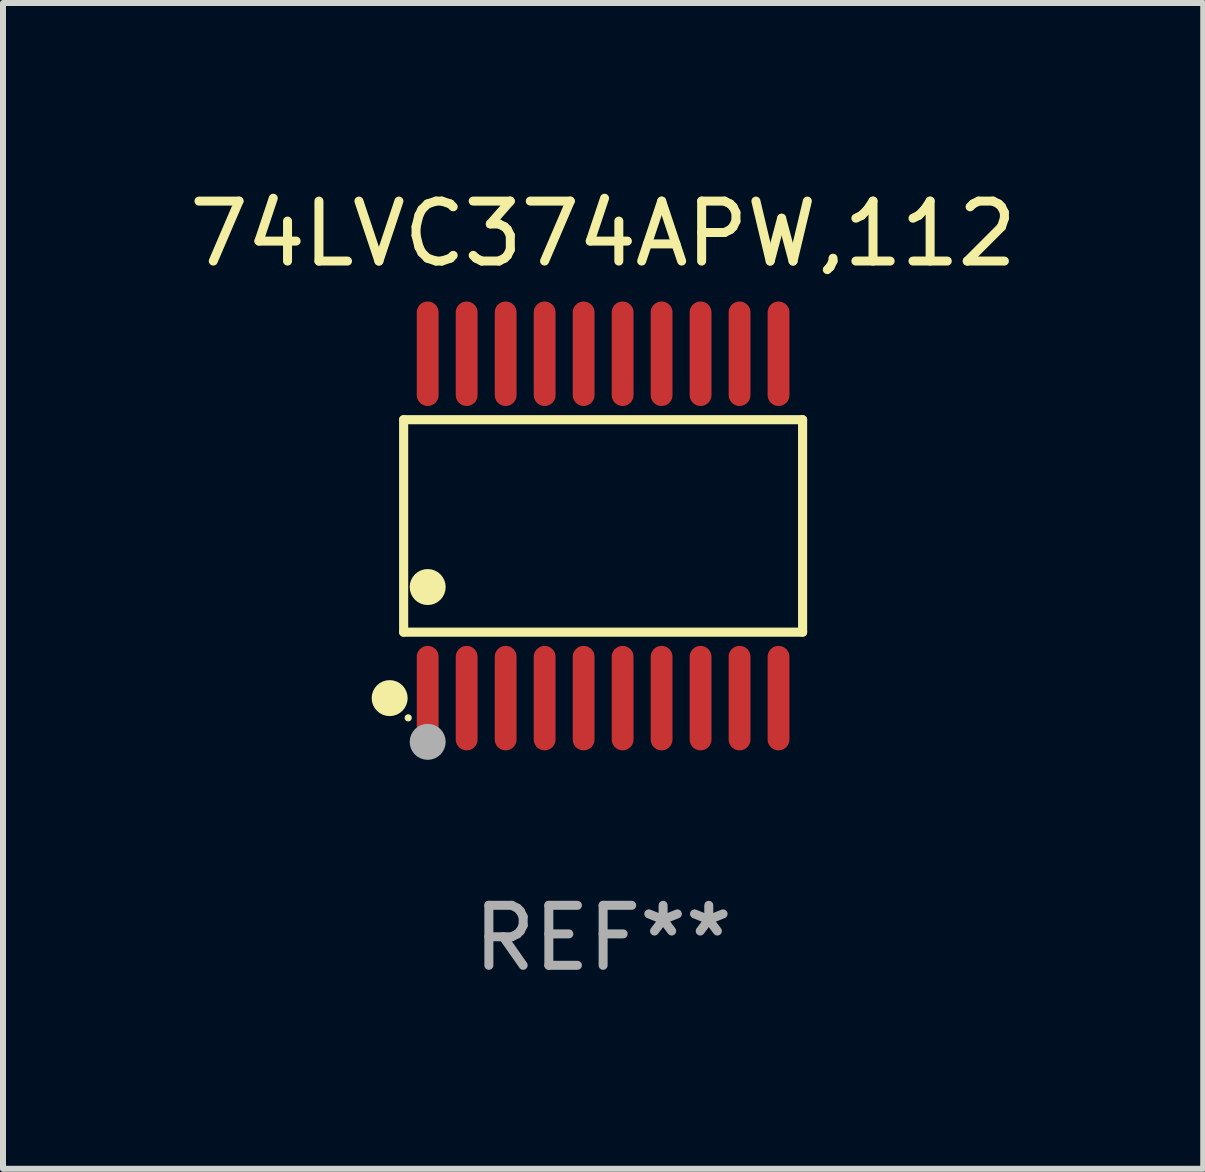
<source format=kicad_pcb>
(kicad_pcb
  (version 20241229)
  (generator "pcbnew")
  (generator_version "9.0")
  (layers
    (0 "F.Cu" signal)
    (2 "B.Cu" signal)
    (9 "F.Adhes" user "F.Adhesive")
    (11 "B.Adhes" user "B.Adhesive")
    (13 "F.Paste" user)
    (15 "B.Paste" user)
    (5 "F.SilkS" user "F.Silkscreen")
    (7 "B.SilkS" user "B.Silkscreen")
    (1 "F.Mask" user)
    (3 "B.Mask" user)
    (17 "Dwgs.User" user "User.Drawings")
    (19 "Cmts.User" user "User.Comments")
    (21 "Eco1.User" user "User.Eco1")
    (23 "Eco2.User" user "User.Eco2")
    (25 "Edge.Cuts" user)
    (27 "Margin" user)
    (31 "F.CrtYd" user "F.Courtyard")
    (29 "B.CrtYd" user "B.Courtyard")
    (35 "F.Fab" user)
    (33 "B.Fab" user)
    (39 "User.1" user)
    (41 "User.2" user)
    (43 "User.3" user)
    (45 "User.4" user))
  (footprint "74LVC374APW,112"
    (layer "F.Cu")
    (at 7.006 5.719)
    (property "Reference" "74LVC374APW,112" (at 0 -4.871 0) (layer "F.SilkS") (effects (font (size 1 1) (thickness 0.15))))
    (attr through_hole)
    (fp_line (start -3.326 -1.771) (end 3.326 -1.771) (stroke (width 0.152) (type solid)) (layer "F.SilkS"))
    (fp_line (start -3.326 1.771) (end -3.326 -1.771) (stroke (width 0.152) (type solid)) (layer "F.SilkS"))
    (fp_line (start 3.326 -1.771) (end 3.326 1.771) (stroke (width 0.152) (type solid)) (layer "F.SilkS"))
    (fp_line (start 3.326 1.771) (end -3.326 1.771) (stroke (width 0.152) (type solid)) (layer "F.SilkS"))
    (fp_circle (center -3.559 2.871) (end -3.409 2.871) (stroke (width 0.3) (type solid)) (fill no) (layer "F.SilkS"))
    (fp_circle (center -3.25 3.2) (end -3.22 3.2) (stroke (width 0.06) (type solid)) (fill no) (layer "F.SilkS"))
    (fp_circle (center -2.925 1.019) (end -2.775 1.019) (stroke (width 0.3) (type solid)) (fill no) (layer "F.SilkS"))
    (fp_circle (center -2.925 3.6) (end -2.775 3.6) (stroke (width 0.3) (type solid)) (fill no) (layer "F.Fab"))
    (fp_text user "REF**" (at 0 6.871 0) (layer "F.Fab") (effects (font (size 1 1) (thickness 0.15))))
    (pad "1" smd oval (at -2.925 2.871) (size 0.364 1.742) (layers "F.Cu" "F.Mask" "F.Paste"))
    (pad "2" smd oval (at -2.275 2.871) (size 0.364 1.742) (layers "F.Cu" "F.Mask" "F.Paste"))
    (pad "3" smd oval (at -1.625 2.871) (size 0.364 1.742) (layers "F.Cu" "F.Mask" "F.Paste"))
    (pad "4" smd oval (at -0.975 2.871) (size 0.364 1.742) (layers "F.Cu" "F.Mask" "F.Paste"))
    (pad "5" smd oval (at -0.325 2.871) (size 0.364 1.742) (layers "F.Cu" "F.Mask" "F.Paste"))
    (pad "6" smd oval (at 0.325 2.871) (size 0.364 1.742) (layers "F.Cu" "F.Mask" "F.Paste"))
    (pad "7" smd oval (at 0.975 2.871) (size 0.364 1.742) (layers "F.Cu" "F.Mask" "F.Paste"))
    (pad "8" smd oval (at 1.625 2.871) (size 0.364 1.742) (layers "F.Cu" "F.Mask" "F.Paste"))
    (pad "9" smd oval (at 2.275 2.871) (size 0.364 1.742) (layers "F.Cu" "F.Mask" "F.Paste"))
    (pad "10" smd oval (at 2.925 2.871) (size 0.364 1.742) (layers "F.Cu" "F.Mask" "F.Paste"))
    (pad "11" smd oval (at 2.925 -2.871) (size 0.364 1.742) (layers "F.Cu" "F.Mask" "F.Paste"))
    (pad "12" smd oval (at 2.275 -2.871) (size 0.364 1.742) (layers "F.Cu" "F.Mask" "F.Paste"))
    (pad "13" smd oval (at 1.625 -2.871) (size 0.364 1.742) (layers "F.Cu" "F.Mask" "F.Paste"))
    (pad "14" smd oval (at 0.975 -2.871) (size 0.364 1.742) (layers "F.Cu" "F.Mask" "F.Paste"))
    (pad "15" smd oval (at 0.325 -2.871) (size 0.364 1.742) (layers "F.Cu" "F.Mask" "F.Paste"))
    (pad "16" smd oval (at -0.325 -2.871) (size 0.364 1.742) (layers "F.Cu" "F.Mask" "F.Paste"))
    (pad "17" smd oval (at -0.975 -2.871) (size 0.364 1.742) (layers "F.Cu" "F.Mask" "F.Paste"))
    (pad "18" smd oval (at -1.625 -2.871) (size 0.364 1.742) (layers "F.Cu" "F.Mask" "F.Paste"))
    (pad "19" smd oval (at -2.275 -2.871) (size 0.364 1.742) (layers "F.Cu" "F.Mask" "F.Paste"))
    (pad "20" smd oval (at -2.925 -2.871) (size 0.364 1.742) (layers "F.Cu" "F.Mask" "F.Paste")))
  (gr_rect
    (start -3 -3)
    (end 17.012 16.438)
    (stroke (width 0.1) (type default))
    (fill no)
    (layer "Edge.Cuts")))
</source>
